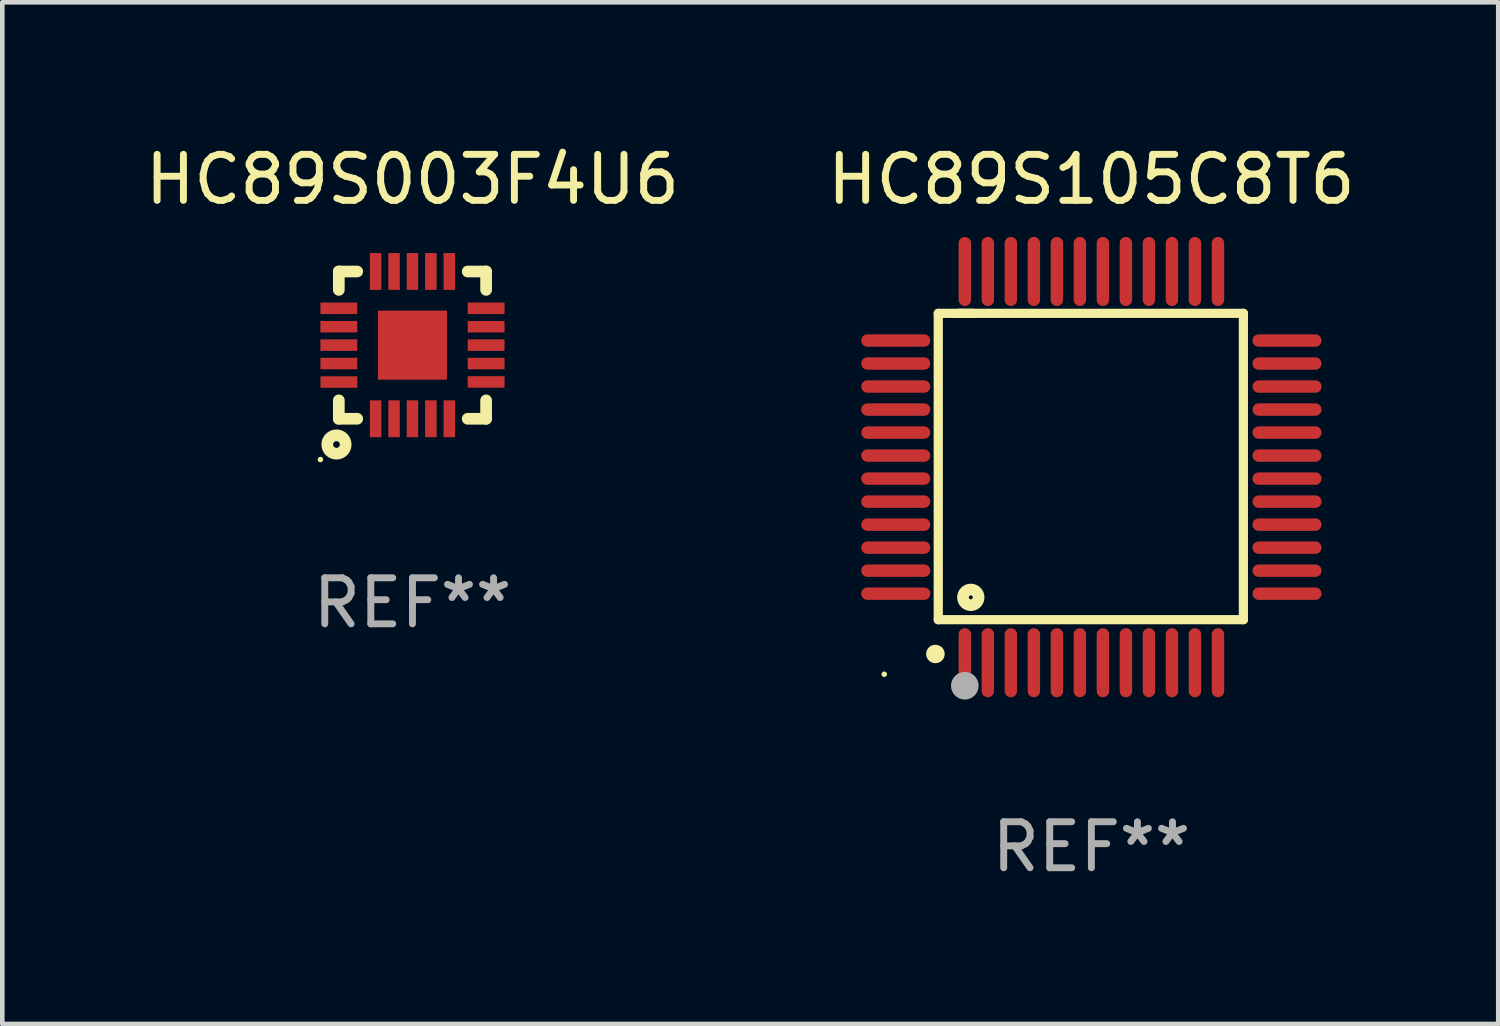
<source format=kicad_pcb>
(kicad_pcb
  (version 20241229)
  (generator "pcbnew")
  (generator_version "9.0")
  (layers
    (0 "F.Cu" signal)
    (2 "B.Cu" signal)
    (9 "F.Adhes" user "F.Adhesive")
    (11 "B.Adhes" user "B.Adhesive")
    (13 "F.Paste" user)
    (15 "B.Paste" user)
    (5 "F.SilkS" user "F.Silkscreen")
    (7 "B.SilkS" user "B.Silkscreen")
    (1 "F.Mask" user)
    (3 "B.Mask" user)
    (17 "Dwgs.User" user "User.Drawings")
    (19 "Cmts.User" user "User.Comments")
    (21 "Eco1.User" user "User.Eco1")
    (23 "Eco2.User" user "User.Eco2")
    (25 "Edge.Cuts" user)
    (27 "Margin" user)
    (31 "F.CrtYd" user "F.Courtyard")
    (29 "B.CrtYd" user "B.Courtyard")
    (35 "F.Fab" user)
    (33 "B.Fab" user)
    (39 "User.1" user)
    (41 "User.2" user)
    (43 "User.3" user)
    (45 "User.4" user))
  (footprint "HC89S105C8T6"
    (layer "F.Cu")
    (at 20.661 7.098)
    (property "Reference" "HC89S105C8T6" (at 0 -6.25 0) (layer "F.SilkS") (effects (font (size 1 1) (thickness 0.15))))
    (attr through_hole)
    (fp_line (start -3.327 -3.34) (end -2.565 -3.34) (stroke (width 0.2) (type solid)) (layer "F.SilkS"))
    (fp_line (start -3.327 3.315) (end -3.327 -3.34) (stroke (width 0.2) (type solid)) (layer "F.SilkS"))
    (fp_line (start -2.896 -3.34) (end 3.302 -3.34) (stroke (width 0.2) (type solid)) (layer "F.SilkS"))
    (fp_line (start 3.302 -3.34) (end 3.302 3.315) (stroke (width 0.2) (type solid)) (layer "F.SilkS"))
    (fp_line (start 3.302 3.315) (end -3.327 3.315) (stroke (width 0.2) (type solid)) (layer "F.SilkS"))
    (fp_arc (start -3.389992 4.059995) (mid -3.388722 4.059991) (end -3.387452 4.059995) (stroke (width 0.4) (type solid)) (layer "F.SilkS"))
    (fp_circle (center -4.5 4.5) (end -4.47 4.5) (stroke (width 0.06) (type solid)) (fill no) (layer "F.SilkS"))
    (fp_circle (center -2.62 2.83) (end -2.45 2.83) (stroke (width 0.254) (type solid)) (fill no) (layer "F.SilkS"))
    (fp_circle (center -2.75 4.75) (end -2.6 4.75) (stroke (width 0.3) (type solid)) (fill no) (layer "F.Fab"))
    (fp_text user "REF**" (at 0 8.25 0) (layer "F.Fab") (effects (font (size 1 1) (thickness 0.15))))
    (pad "1" smd oval (at -2.75 4.25) (size 0.27 1.5) (layers "F.Cu" "F.Mask" "F.Paste"))
    (pad "2" smd oval (at -2.25 4.25) (size 0.27 1.5) (layers "F.Cu" "F.Mask" "F.Paste"))
    (pad "3" smd oval (at -1.75 4.25) (size 0.27 1.5) (layers "F.Cu" "F.Mask" "F.Paste"))
    (pad "4" smd oval (at -1.25 4.25) (size 0.27 1.5) (layers "F.Cu" "F.Mask" "F.Paste"))
    (pad "5" smd oval (at -0.75 4.25) (size 0.27 1.5) (layers "F.Cu" "F.Mask" "F.Paste"))
    (pad "6" smd oval (at -0.25 4.25) (size 0.27 1.5) (layers "F.Cu" "F.Mask" "F.Paste"))
    (pad "7" smd oval (at 0.25 4.25) (size 0.27 1.5) (layers "F.Cu" "F.Mask" "F.Paste"))
    (pad "8" smd oval (at 0.75 4.25) (size 0.27 1.5) (layers "F.Cu" "F.Mask" "F.Paste"))
    (pad "9" smd oval (at 1.25 4.25) (size 0.27 1.5) (layers "F.Cu" "F.Mask" "F.Paste"))
    (pad "10" smd oval (at 1.75 4.25) (size 0.27 1.5) (layers "F.Cu" "F.Mask" "F.Paste"))
    (pad "11" smd oval (at 2.25 4.25) (size 0.27 1.5) (layers "F.Cu" "F.Mask" "F.Paste"))
    (pad "12" smd oval (at 2.75 4.25) (size 0.27 1.5) (layers "F.Cu" "F.Mask" "F.Paste"))
    (pad "13" smd oval (at 4.25 2.75) (size 1.5 0.27) (layers "F.Cu" "F.Mask" "F.Paste"))
    (pad "14" smd oval (at 4.25 2.25) (size 1.5 0.27) (layers "F.Cu" "F.Mask" "F.Paste"))
    (pad "15" smd oval (at 4.25 1.75) (size 1.5 0.27) (layers "F.Cu" "F.Mask" "F.Paste"))
    (pad "16" smd oval (at 4.25 1.25) (size 1.5 0.27) (layers "F.Cu" "F.Mask" "F.Paste"))
    (pad "17" smd oval (at 4.25 0.75) (size 1.5 0.27) (layers "F.Cu" "F.Mask" "F.Paste"))
    (pad "18" smd oval (at 4.25 0.25) (size 1.5 0.27) (layers "F.Cu" "F.Mask" "F.Paste"))
    (pad "19" smd oval (at 4.25 -0.25) (size 1.5 0.27) (layers "F.Cu" "F.Mask" "F.Paste"))
    (pad "20" smd oval (at 4.25 -0.75) (size 1.5 0.27) (layers "F.Cu" "F.Mask" "F.Paste"))
    (pad "21" smd oval (at 4.25 -1.25) (size 1.5 0.27) (layers "F.Cu" "F.Mask" "F.Paste"))
    (pad "22" smd oval (at 4.25 -1.75) (size 1.5 0.27) (layers "F.Cu" "F.Mask" "F.Paste"))
    (pad "23" smd oval (at 4.25 -2.25) (size 1.5 0.27) (layers "F.Cu" "F.Mask" "F.Paste"))
    (pad "24" smd oval (at 4.25 -2.75) (size 1.5 0.27) (layers "F.Cu" "F.Mask" "F.Paste"))
    (pad "25" smd oval (at 2.75 -4.25) (size 0.27 1.5) (layers "F.Cu" "F.Mask" "F.Paste"))
    (pad "26" smd oval (at 2.25 -4.25) (size 0.27 1.5) (layers "F.Cu" "F.Mask" "F.Paste"))
    (pad "27" smd oval (at 1.75 -4.25) (size 0.27 1.5) (layers "F.Cu" "F.Mask" "F.Paste"))
    (pad "28" smd oval (at 1.25 -4.25) (size 0.27 1.5) (layers "F.Cu" "F.Mask" "F.Paste"))
    (pad "29" smd oval (at 0.75 -4.25) (size 0.27 1.5) (layers "F.Cu" "F.Mask" "F.Paste"))
    (pad "30" smd oval (at 0.25 -4.25) (size 0.27 1.5) (layers "F.Cu" "F.Mask" "F.Paste"))
    (pad "31" smd oval (at -0.25 -4.25) (size 0.27 1.5) (layers "F.Cu" "F.Mask" "F.Paste"))
    (pad "32" smd oval (at -0.75 -4.25) (size 0.27 1.5) (layers "F.Cu" "F.Mask" "F.Paste"))
    (pad "33" smd oval (at -1.25 -4.25) (size 0.27 1.5) (layers "F.Cu" "F.Mask" "F.Paste"))
    (pad "34" smd oval (at -1.75 -4.25) (size 0.27 1.5) (layers "F.Cu" "F.Mask" "F.Paste"))
    (pad "35" smd oval (at -2.25 -4.25) (size 0.27 1.5) (layers "F.Cu" "F.Mask" "F.Paste"))
    (pad "36" smd oval (at -2.75 -4.25) (size 0.27 1.5) (layers "F.Cu" "F.Mask" "F.Paste"))
    (pad "37" smd oval (at -4.25 -2.75) (size 1.5 0.27) (layers "F.Cu" "F.Mask" "F.Paste"))
    (pad "38" smd oval (at -4.25 -2.25) (size 1.5 0.27) (layers "F.Cu" "F.Mask" "F.Paste"))
    (pad "39" smd oval (at -4.25 -1.75) (size 1.5 0.27) (layers "F.Cu" "F.Mask" "F.Paste"))
    (pad "40" smd oval (at -4.25 -1.25) (size 1.5 0.27) (layers "F.Cu" "F.Mask" "F.Paste"))
    (pad "41" smd oval (at -4.25 -0.75) (size 1.5 0.27) (layers "F.Cu" "F.Mask" "F.Paste"))
    (pad "42" smd oval (at -4.25 -0.25) (size 1.5 0.27) (layers "F.Cu" "F.Mask" "F.Paste"))
    (pad "43" smd oval (at -4.25 0.25) (size 1.5 0.27) (layers "F.Cu" "F.Mask" "F.Paste"))
    (pad "44" smd oval (at -4.25 0.75) (size 1.5 0.27) (layers "F.Cu" "F.Mask" "F.Paste"))
    (pad "45" smd oval (at -4.25 1.25) (size 1.5 0.27) (layers "F.Cu" "F.Mask" "F.Paste"))
    (pad "46" smd oval (at -4.25 1.75) (size 1.5 0.27) (layers "F.Cu" "F.Mask" "F.Paste"))
    (pad "47" smd oval (at -4.25 2.25) (size 1.5 0.27) (layers "F.Cu" "F.Mask" "F.Paste"))
    (pad "48" smd oval (at -4.25 2.75) (size 1.5 0.27) (layers "F.Cu" "F.Mask" "F.Paste")))
  (footprint "HC89S003F4U6"
    (layer "F.Cu")
    (at 5.911 4.448)
    (property "Reference" "HC89S003F4U6" (at 0 -3.6 0) (layer "F.SilkS") (effects (font (size 1 1) (thickness 0.15))))
    (attr through_hole)
    (fp_line (start -1.6 -1.6) (end -1.6 -1.2) (stroke (width 0.254) (type solid)) (layer "F.SilkS"))
    (fp_line (start -1.6 1.6) (end -1.6 1.2) (stroke (width 0.254) (type solid)) (layer "F.SilkS"))
    (fp_line (start -1.2 -1.6) (end -1.6 -1.6) (stroke (width 0.254) (type solid)) (layer "F.SilkS"))
    (fp_line (start -1.2 1.6) (end -1.6 1.6) (stroke (width 0.254) (type solid)) (layer "F.SilkS"))
    (fp_line (start 1.2 -1.6) (end 1.6 -1.6) (stroke (width 0.254) (type solid)) (layer "F.SilkS"))
    (fp_line (start 1.6 -1.6) (end 1.6 -1.2) (stroke (width 0.254) (type solid)) (layer "F.SilkS"))
    (fp_line (start 1.6 1.2) (end 1.6 1.6) (stroke (width 0.254) (type solid)) (layer "F.SilkS"))
    (fp_line (start 1.6 1.6) (end 1.2 1.6) (stroke (width 0.254) (type solid)) (layer "F.SilkS"))
    (fp_circle (center -2 2.486) (end -1.97 2.486) (stroke (width 0.06) (type solid)) (fill no) (layer "F.SilkS"))
    (fp_circle (center -1.651 2.159) (end -1.451 2.159) (stroke (width 0.254) (type solid)) (fill no) (layer "F.SilkS"))
    (fp_text user "REF**" (at 0 5.6 0) (layer "F.Fab") (effects (font (size 1 1) (thickness 0.15))))
    (pad "1" smd rect (at -0.8 1.6) (size 0.25 0.8) (layers "F.Cu" "F.Mask" "F.Paste"))
    (pad "2" smd rect (at -0.4 1.6) (size 0.25 0.8) (layers "F.Cu" "F.Mask" "F.Paste"))
    (pad "3" smd rect (at -0.000127 1.6) (size 0.25 0.8) (layers "F.Cu" "F.Mask" "F.Paste"))
    (pad "4" smd rect (at 0.4 1.6) (size 0.25 0.8) (layers "F.Cu" "F.Mask" "F.Paste"))
    (pad "5" smd rect (at 0.8 1.6) (size 0.25 0.8) (layers "F.Cu" "F.Mask" "F.Paste"))
    (pad "6" smd rect (at 1.6 0.8 90) (size 0.25 0.8) (layers "F.Cu" "F.Mask" "F.Paste"))
    (pad "7" smd rect (at 1.6 0.4 90) (size 0.25 0.8) (layers "F.Cu" "F.Mask" "F.Paste"))
    (pad "8" smd rect (at 1.6 0.000127 90) (size 0.25 0.8) (layers "F.Cu" "F.Mask" "F.Paste"))
    (pad "9" smd rect (at 1.6 -0.4 90) (size 0.25 0.8) (layers "F.Cu" "F.Mask" "F.Paste"))
    (pad "10" smd rect (at 1.6 -0.8 90) (size 0.25 0.8) (layers "F.Cu" "F.Mask" "F.Paste"))
    (pad "11" smd rect (at 0.8 -1.6 180) (size 0.25 0.8) (layers "F.Cu" "F.Mask" "F.Paste"))
    (pad "12" smd rect (at 0.4 -1.6 180) (size 0.25 0.8) (layers "F.Cu" "F.Mask" "F.Paste"))
    (pad "13" smd rect (at -0.000127 -1.6 180) (size 0.25 0.8) (layers "F.Cu" "F.Mask" "F.Paste"))
    (pad "14" smd rect (at -0.4 -1.6 180) (size 0.25 0.8) (layers "F.Cu" "F.Mask" "F.Paste"))
    (pad "15" smd rect (at -0.8 -1.6 180) (size 0.25 0.8) (layers "F.Cu" "F.Mask" "F.Paste"))
    (pad "16" smd rect (at -1.6 -0.8 270) (size 0.25 0.8) (layers "F.Cu" "F.Mask" "F.Paste"))
    (pad "17" smd rect (at -1.6 -0.4 270) (size 0.25 0.8) (layers "F.Cu" "F.Mask" "F.Paste"))
    (pad "18" smd rect (at -1.6 0.000127 270) (size 0.25 0.8) (layers "F.Cu" "F.Mask" "F.Paste"))
    (pad "19" smd rect (at -1.6 0.4 270) (size 0.25 0.8) (layers "F.Cu" "F.Mask" "F.Paste"))
    (pad "20" smd rect (at -1.598 0.802 270) (size 0.25 0.8) (layers "F.Cu" "F.Mask" "F.Paste"))
    (pad "21" smd rect (at -0.000127 0.000127 270) (size 1.5 1.5) (layers "F.Cu" "F.Mask" "F.Paste")))
  (gr_rect
    (start -3 -3)
    (end 29.5 19.196)
    (stroke (width 0.1) (type default))
    (fill no)
    (layer "Edge.Cuts")))
</source>
